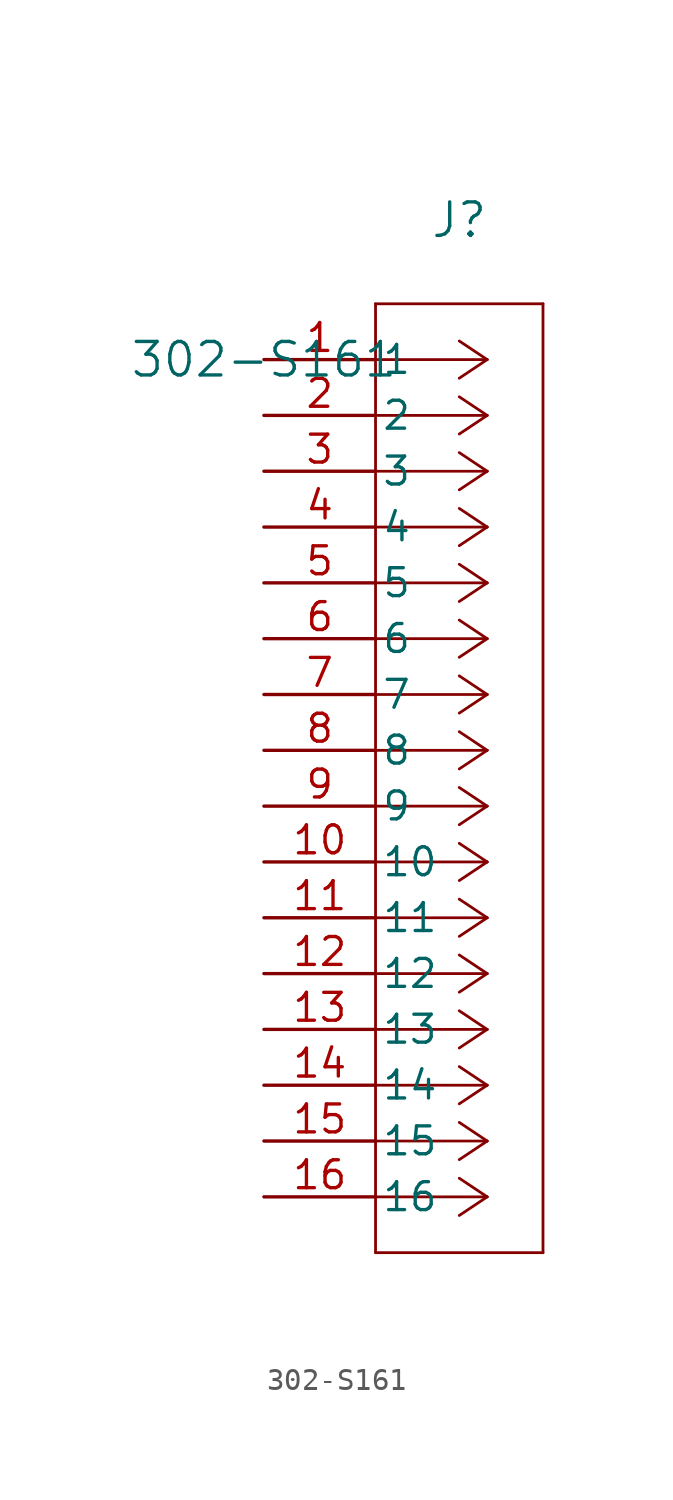
<source format=kicad_sym>
(kicad_symbol_lib
  (version 20211014)
  (generator kicad_symbol_editor)
  (symbol "302-S161"
    (pin_names
      (offset 0.254))
    (property "Reference" "J"
      (at 8.89 6.35 0)
      (effects (font (size 1.524 1.524))))
    (property "Value" "302-S161"
      (at 0 0 0)
      (effects (font (size 1.524 1.524))))
    (symbol "302-S161_0_1"
      (polyline (pts (xy 10.16 0) (xy 5.08 0)) (stroke (width 0.127) (type default) (color 0 0 0 0)) (fill (type none)))
      (polyline (pts (xy 10.16 -2.54) (xy 5.08 -2.54)) (stroke (width 0.127) (type default) (color 0 0 0 0)) (fill (type none)))
      (polyline (pts (xy 10.16 -5.08) (xy 5.08 -5.08)) (stroke (width 0.127) (type default) (color 0 0 0 0)) (fill (type none)))
      (polyline (pts (xy 10.16 -7.62) (xy 5.08 -7.62)) (stroke (width 0.127) (type default) (color 0 0 0 0)) (fill (type none)))
      (polyline (pts (xy 10.16 -10.16) (xy 5.08 -10.16)) (stroke (width 0.127) (type default) (color 0 0 0 0)) (fill (type none)))
      (polyline (pts (xy 10.16 -12.7) (xy 5.08 -12.7)) (stroke (width 0.127) (type default) (color 0 0 0 0)) (fill (type none)))
      (polyline (pts (xy 10.16 -15.24) (xy 5.08 -15.24)) (stroke (width 0.127) (type default) (color 0 0 0 0)) (fill (type none)))
      (polyline (pts (xy 10.16 -17.78) (xy 5.08 -17.78)) (stroke (width 0.127) (type default) (color 0 0 0 0)) (fill (type none)))
      (polyline (pts (xy 10.16 -20.32) (xy 5.08 -20.32)) (stroke (width 0.127) (type default) (color 0 0 0 0)) (fill (type none)))
      (polyline (pts (xy 10.16 -22.86) (xy 5.08 -22.86)) (stroke (width 0.127) (type default) (color 0 0 0 0)) (fill (type none)))
      (polyline (pts (xy 10.16 -25.4) (xy 5.08 -25.4)) (stroke (width 0.127) (type default) (color 0 0 0 0)) (fill (type none)))
      (polyline (pts (xy 10.16 -27.94) (xy 5.08 -27.94)) (stroke (width 0.127) (type default) (color 0 0 0 0)) (fill (type none)))
      (polyline (pts (xy 10.16 -30.48) (xy 5.08 -30.48)) (stroke (width 0.127) (type default) (color 0 0 0 0)) (fill (type none)))
      (polyline (pts (xy 10.16 -33.02) (xy 5.08 -33.02)) (stroke (width 0.127) (type default) (color 0 0 0 0)) (fill (type none)))
      (polyline (pts (xy 10.16 -35.56) (xy 5.08 -35.56)) (stroke (width 0.127) (type default) (color 0 0 0 0)) (fill (type none)))
      (polyline (pts (xy 10.16 -38.1) (xy 5.08 -38.1)) (stroke (width 0.127) (type default) (color 0 0 0 0)) (fill (type none)))
      (polyline (pts (xy 10.16 0) (xy 8.89 0.847)) (stroke (width 0.127) (type default) (color 0 0 0 0)) (fill (type none)))
      (polyline (pts (xy 10.16 -2.54) (xy 8.89 -1.693)) (stroke (width 0.127) (type default) (color 0 0 0 0)) (fill (type none)))
      (polyline (pts (xy 10.16 -5.08) (xy 8.89 -4.233)) (stroke (width 0.127) (type default) (color 0 0 0 0)) (fill (type none)))
      (polyline (pts (xy 10.16 -7.62) (xy 8.89 -6.773)) (stroke (width 0.127) (type default) (color 0 0 0 0)) (fill (type none)))
      (polyline (pts (xy 10.16 -10.16) (xy 8.89 -9.313)) (stroke (width 0.127) (type default) (color 0 0 0 0)) (fill (type none)))
      (polyline (pts (xy 10.16 -12.7) (xy 8.89 -11.853)) (stroke (width 0.127) (type default) (color 0 0 0 0)) (fill (type none)))
      (polyline (pts (xy 10.16 -15.24) (xy 8.89 -14.393)) (stroke (width 0.127) (type default) (color 0 0 0 0)) (fill (type none)))
      (polyline (pts (xy 10.16 -17.78) (xy 8.89 -16.933)) (stroke (width 0.127) (type default) (color 0 0 0 0)) (fill (type none)))
      (polyline (pts (xy 10.16 -20.32) (xy 8.89 -19.473)) (stroke (width 0.127) (type default) (color 0 0 0 0)) (fill (type none)))
      (polyline (pts (xy 10.16 -22.86) (xy 8.89 -22.013)) (stroke (width 0.127) (type default) (color 0 0 0 0)) (fill (type none)))
      (polyline (pts (xy 10.16 -25.4) (xy 8.89 -24.553)) (stroke (width 0.127) (type default) (color 0 0 0 0)) (fill (type none)))
      (polyline (pts (xy 10.16 -27.94) (xy 8.89 -27.093)) (stroke (width 0.127) (type default) (color 0 0 0 0)) (fill (type none)))
      (polyline (pts (xy 10.16 -30.48) (xy 8.89 -29.633)) (stroke (width 0.127) (type default) (color 0 0 0 0)) (fill (type none)))
      (polyline (pts (xy 10.16 -33.02) (xy 8.89 -32.173)) (stroke (width 0.127) (type default) (color 0 0 0 0)) (fill (type none)))
      (polyline (pts (xy 10.16 -35.56) (xy 8.89 -34.713)) (stroke (width 0.127) (type default) (color 0 0 0 0)) (fill (type none)))
      (polyline (pts (xy 10.16 -38.1) (xy 8.89 -37.253)) (stroke (width 0.127) (type default) (color 0 0 0 0)) (fill (type none)))
      (polyline (pts (xy 10.16 0) (xy 8.89 -0.847)) (stroke (width 0.127) (type default) (color 0 0 0 0)) (fill (type none)))
      (polyline (pts (xy 10.16 -2.54) (xy 8.89 -3.387)) (stroke (width 0.127) (type default) (color 0 0 0 0)) (fill (type none)))
      (polyline (pts (xy 10.16 -5.08) (xy 8.89 -5.927)) (stroke (width 0.127) (type default) (color 0 0 0 0)) (fill (type none)))
      (polyline (pts (xy 10.16 -7.62) (xy 8.89 -8.467)) (stroke (width 0.127) (type default) (color 0 0 0 0)) (fill (type none)))
      (polyline (pts (xy 10.16 -10.16) (xy 8.89 -11.007)) (stroke (width 0.127) (type default) (color 0 0 0 0)) (fill (type none)))
      (polyline (pts (xy 10.16 -12.7) (xy 8.89 -13.547)) (stroke (width 0.127) (type default) (color 0 0 0 0)) (fill (type none)))
      (polyline (pts (xy 10.16 -15.24) (xy 8.89 -16.087)) (stroke (width 0.127) (type default) (color 0 0 0 0)) (fill (type none)))
      (polyline (pts (xy 10.16 -17.78) (xy 8.89 -18.627)) (stroke (width 0.127) (type default) (color 0 0 0 0)) (fill (type none)))
      (polyline (pts (xy 10.16 -20.32) (xy 8.89 -21.167)) (stroke (width 0.127) (type default) (color 0 0 0 0)) (fill (type none)))
      (polyline (pts (xy 10.16 -22.86) (xy 8.89 -23.707)) (stroke (width 0.127) (type default) (color 0 0 0 0)) (fill (type none)))
      (polyline (pts (xy 10.16 -25.4) (xy 8.89 -26.247)) (stroke (width 0.127) (type default) (color 0 0 0 0)) (fill (type none)))
      (polyline (pts (xy 10.16 -27.94) (xy 8.89 -28.787)) (stroke (width 0.127) (type default) (color 0 0 0 0)) (fill (type none)))
      (polyline (pts (xy 10.16 -30.48) (xy 8.89 -31.327)) (stroke (width 0.127) (type default) (color 0 0 0 0)) (fill (type none)))
      (polyline (pts (xy 10.16 -33.02) (xy 8.89 -33.867)) (stroke (width 0.127) (type default) (color 0 0 0 0)) (fill (type none)))
      (polyline (pts (xy 10.16 -35.56) (xy 8.89 -36.407)) (stroke (width 0.127) (type default) (color 0 0 0 0)) (fill (type none)))
      (polyline (pts (xy 10.16 -38.1) (xy 8.89 -38.947)) (stroke (width 0.127) (type default) (color 0 0 0 0)) (fill (type none)))
      (polyline (pts (xy 5.08 2.54) (xy 5.08 -40.64)) (stroke (width 0.127) (type default) (color 0 0 0 0)) (fill (type none)))
      (polyline (pts (xy 5.08 -40.64) (xy 12.7 -40.64)) (stroke (width 0.127) (type default) (color 0 0 0 0)) (fill (type none)))
      (polyline (pts (xy 12.7 -40.64) (xy 12.7 2.54)) (stroke (width 0.127) (type default) (color 0 0 0 0)) (fill (type none)))
      (polyline (pts (xy 12.7 2.54) (xy 5.08 2.54)) (stroke (width 0.127) (type default) (color 0 0 0 0)) (fill (type none)))
      (pin unspecified line (at 0 0 0) (length 5.08) (name "1" (effects (font (size 1.27 1.27)))) (number "1" (effects (font (size 1.27 1.27)))))
      (pin unspecified line (at 0 -2.54 0) (length 5.08) (name "2" (effects (font (size 1.27 1.27)))) (number "2" (effects (font (size 1.27 1.27)))))
      (pin unspecified line (at 0 -5.08 0) (length 5.08) (name "3" (effects (font (size 1.27 1.27)))) (number "3" (effects (font (size 1.27 1.27)))))
      (pin unspecified line (at 0 -7.62 0) (length 5.08) (name "4" (effects (font (size 1.27 1.27)))) (number "4" (effects (font (size 1.27 1.27)))))
      (pin unspecified line (at 0 -10.16 0) (length 5.08) (name "5" (effects (font (size 1.27 1.27)))) (number "5" (effects (font (size 1.27 1.27)))))
      (pin unspecified line (at 0 -12.7 0) (length 5.08) (name "6" (effects (font (size 1.27 1.27)))) (number "6" (effects (font (size 1.27 1.27)))))
      (pin unspecified line (at 0 -15.24 0) (length 5.08) (name "7" (effects (font (size 1.27 1.27)))) (number "7" (effects (font (size 1.27 1.27)))))
      (pin unspecified line (at 0 -17.78 0) (length 5.08) (name "8" (effects (font (size 1.27 1.27)))) (number "8" (effects (font (size 1.27 1.27)))))
      (pin unspecified line (at 0 -20.32 0) (length 5.08) (name "9" (effects (font (size 1.27 1.27)))) (number "9" (effects (font (size 1.27 1.27)))))
      (pin unspecified line (at 0 -22.86 0) (length 5.08) (name "10" (effects (font (size 1.27 1.27)))) (number "10" (effects (font (size 1.27 1.27)))))
      (pin unspecified line (at 0 -25.4 0) (length 5.08) (name "11" (effects (font (size 1.27 1.27)))) (number "11" (effects (font (size 1.27 1.27)))))
      (pin unspecified line (at 0 -27.94 0) (length 5.08) (name "12" (effects (font (size 1.27 1.27)))) (number "12" (effects (font (size 1.27 1.27)))))
      (pin unspecified line (at 0 -30.48 0) (length 5.08) (name "13" (effects (font (size 1.27 1.27)))) (number "13" (effects (font (size 1.27 1.27)))))
      (pin unspecified line (at 0 -33.02 0) (length 5.08) (name "14" (effects (font (size 1.27 1.27)))) (number "14" (effects (font (size 1.27 1.27)))))
      (pin unspecified line (at 0 -35.56 0) (length 5.08) (name "15" (effects (font (size 1.27 1.27)))) (number "15" (effects (font (size 1.27 1.27)))))
      (pin unspecified line (at 0 -38.1 0) (length 5.08) (name "16" (effects (font (size 1.27 1.27)))) (number "16" (effects (font (size 1.27 1.27))))))))
</source>
